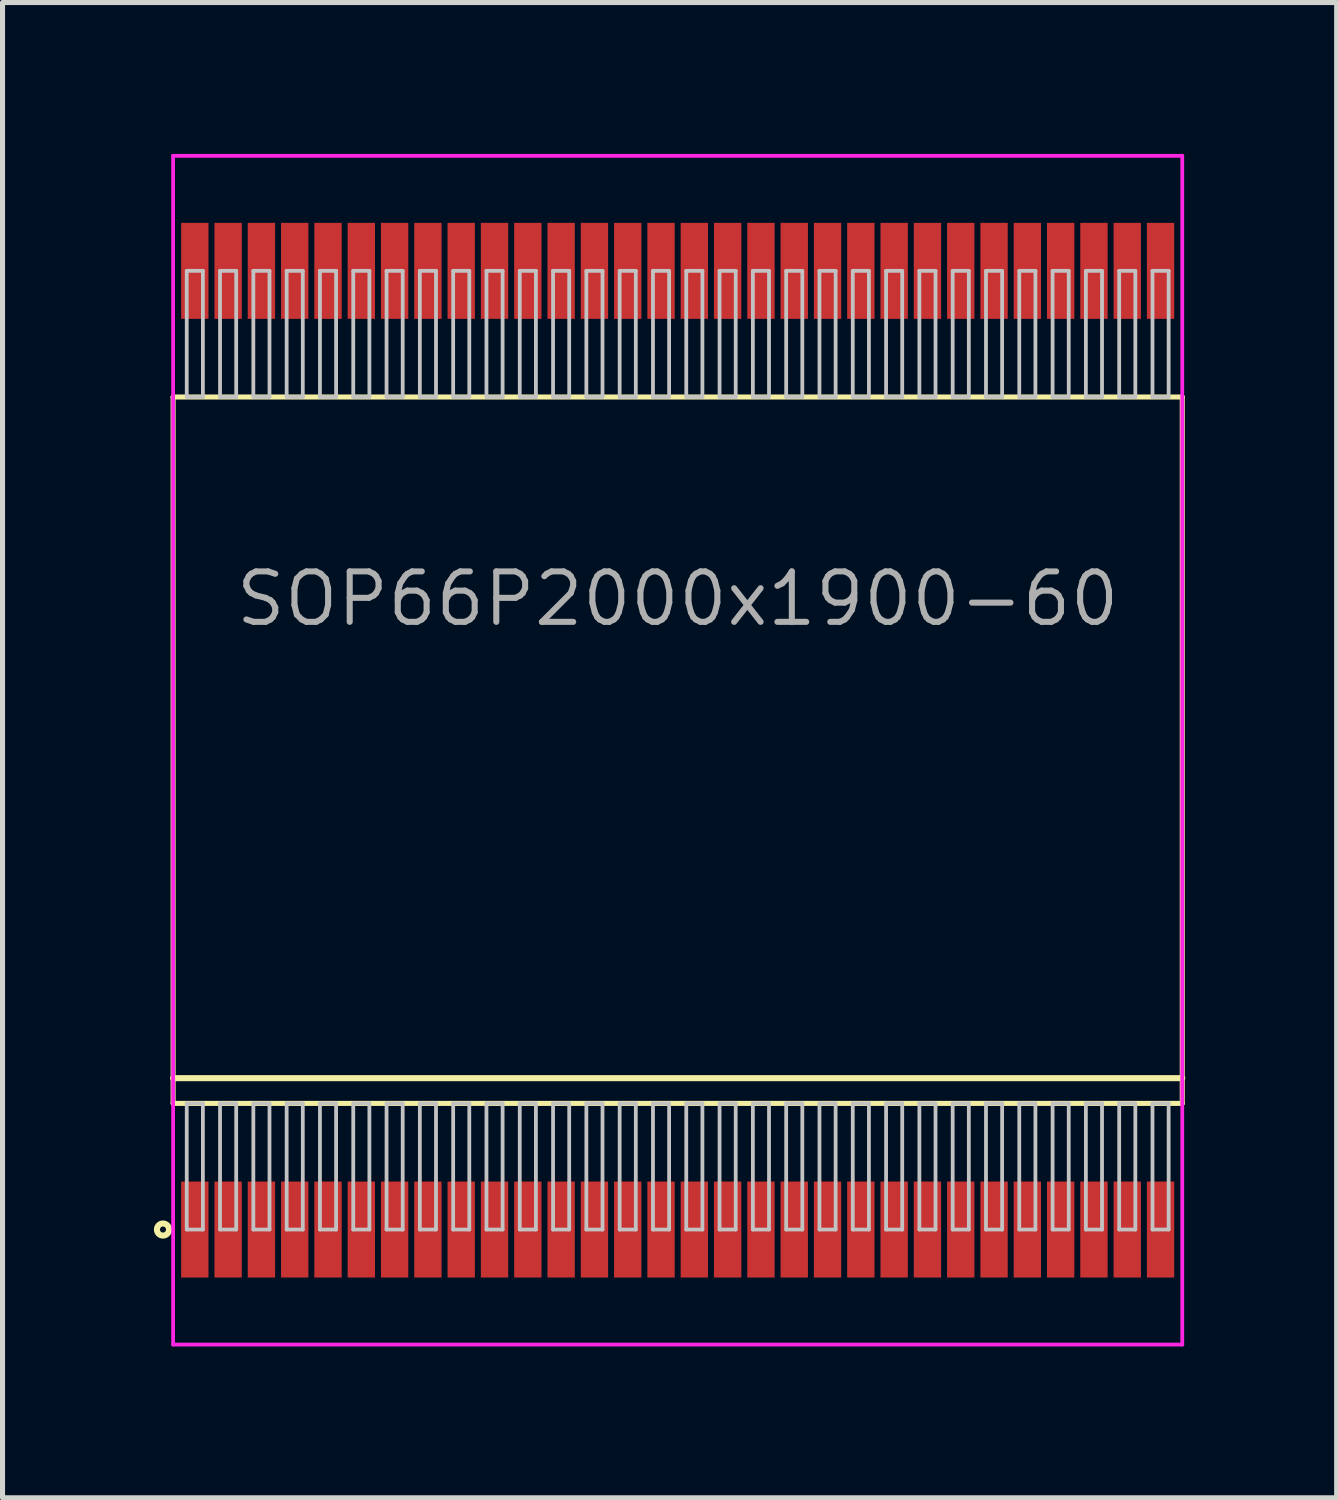
<source format=kicad_pcb>
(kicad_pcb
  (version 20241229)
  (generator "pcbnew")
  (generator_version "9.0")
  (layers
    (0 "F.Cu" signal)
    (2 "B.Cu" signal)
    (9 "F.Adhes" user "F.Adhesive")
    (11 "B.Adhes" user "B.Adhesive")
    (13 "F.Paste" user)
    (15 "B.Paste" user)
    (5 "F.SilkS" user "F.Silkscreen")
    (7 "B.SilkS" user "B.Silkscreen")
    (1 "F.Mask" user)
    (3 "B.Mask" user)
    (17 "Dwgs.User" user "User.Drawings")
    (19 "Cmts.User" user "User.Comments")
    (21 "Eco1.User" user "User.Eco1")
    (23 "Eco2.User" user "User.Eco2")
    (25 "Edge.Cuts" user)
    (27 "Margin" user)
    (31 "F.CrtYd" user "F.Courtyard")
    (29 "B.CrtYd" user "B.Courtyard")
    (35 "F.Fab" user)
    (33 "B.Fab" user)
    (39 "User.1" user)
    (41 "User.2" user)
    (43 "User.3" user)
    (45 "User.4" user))
  (footprint "SOP66P2000x1900-60"
    (layer "F.Cu")
    (at 10.381 11.818)
    (property "Reference" "SOP66P2000x1900-60" (at 0 -3 0) (layer "F.Fab") (effects (font (size 1 1) (thickness 0.12))))
    (attr through_hole)
    (fp_line (start -10 -7) (end -10 7) (stroke (width 0.1) (type solid)) (layer "F.SilkS"))
    (fp_line (start -10 6.5) (end 10 6.5) (stroke (width 0.12) (type solid)) (layer "F.SilkS"))
    (fp_line (start -10 7) (end 10 7) (stroke (width 0.1) (type solid)) (layer "F.SilkS"))
    (fp_line (start 10 -7) (end -10 -7) (stroke (width 0.1) (type solid)) (layer "F.SilkS"))
    (fp_line (start 10 7) (end 10 -7) (stroke (width 0.1) (type solid)) (layer "F.SilkS"))
    (fp_circle (center -10.201 9.5) (end -10.081 9.5) (stroke (width 0.12) (type solid)) (fill no) (layer "F.SilkS"))
    (fp_line (start -9.73 -9.5) (end -9.73 -7) (stroke (width 0.075) (type solid)) (layer "Dwgs.User"))
    (fp_line (start -9.73 -7) (end -9.41 -7) (stroke (width 0.075) (type solid)) (layer "Dwgs.User"))
    (fp_line (start -9.73 7) (end -9.41 7) (stroke (width 0.075) (type solid)) (layer "Dwgs.User"))
    (fp_line (start -9.73 9.5) (end -9.73 7) (stroke (width 0.075) (type solid)) (layer "Dwgs.User"))
    (fp_line (start -9.41 -9.5) (end -9.73 -9.5) (stroke (width 0.075) (type solid)) (layer "Dwgs.User"))
    (fp_line (start -9.41 -7) (end -9.41 -9.5) (stroke (width 0.075) (type solid)) (layer "Dwgs.User"))
    (fp_line (start -9.41 7) (end -9.41 9.5) (stroke (width 0.075) (type solid)) (layer "Dwgs.User"))
    (fp_line (start -9.41 9.5) (end -9.73 9.5) (stroke (width 0.075) (type solid)) (layer "Dwgs.User"))
    (fp_line (start -9.07 -9.5) (end -9.07 -7) (stroke (width 0.075) (type solid)) (layer "Dwgs.User"))
    (fp_line (start -9.07 -7) (end -8.75 -7) (stroke (width 0.075) (type solid)) (layer "Dwgs.User"))
    (fp_line (start -9.07 7) (end -8.75 7) (stroke (width 0.075) (type solid)) (layer "Dwgs.User"))
    (fp_line (start -9.07 9.5) (end -9.07 7) (stroke (width 0.075) (type solid)) (layer "Dwgs.User"))
    (fp_line (start -8.75 -9.5) (end -9.07 -9.5) (stroke (width 0.075) (type solid)) (layer "Dwgs.User"))
    (fp_line (start -8.75 -7) (end -8.75 -9.5) (stroke (width 0.075) (type solid)) (layer "Dwgs.User"))
    (fp_line (start -8.75 7) (end -8.75 9.5) (stroke (width 0.075) (type solid)) (layer "Dwgs.User"))
    (fp_line (start -8.75 9.5) (end -9.07 9.5) (stroke (width 0.075) (type solid)) (layer "Dwgs.User"))
    (fp_line (start -8.41 -9.5) (end -8.41 -7) (stroke (width 0.075) (type solid)) (layer "Dwgs.User"))
    (fp_line (start -8.41 -7) (end -8.09 -7) (stroke (width 0.075) (type solid)) (layer "Dwgs.User"))
    (fp_line (start -8.41 7) (end -8.09 7) (stroke (width 0.075) (type solid)) (layer "Dwgs.User"))
    (fp_line (start -8.41 9.5) (end -8.41 7) (stroke (width 0.075) (type solid)) (layer "Dwgs.User"))
    (fp_line (start -8.09 -9.5) (end -8.41 -9.5) (stroke (width 0.075) (type solid)) (layer "Dwgs.User"))
    (fp_line (start -8.09 -7) (end -8.09 -9.5) (stroke (width 0.075) (type solid)) (layer "Dwgs.User"))
    (fp_line (start -8.09 7) (end -8.09 9.5) (stroke (width 0.075) (type solid)) (layer "Dwgs.User"))
    (fp_line (start -8.09 9.5) (end -8.41 9.5) (stroke (width 0.075) (type solid)) (layer "Dwgs.User"))
    (fp_line (start -7.75 -9.5) (end -7.75 -7) (stroke (width 0.075) (type solid)) (layer "Dwgs.User"))
    (fp_line (start -7.75 -7) (end -7.43 -7) (stroke (width 0.075) (type solid)) (layer "Dwgs.User"))
    (fp_line (start -7.75 7) (end -7.43 7) (stroke (width 0.075) (type solid)) (layer "Dwgs.User"))
    (fp_line (start -7.75 9.5) (end -7.75 7) (stroke (width 0.075) (type solid)) (layer "Dwgs.User"))
    (fp_line (start -7.43 -9.5) (end -7.75 -9.5) (stroke (width 0.075) (type solid)) (layer "Dwgs.User"))
    (fp_line (start -7.43 -7) (end -7.43 -9.5) (stroke (width 0.075) (type solid)) (layer "Dwgs.User"))
    (fp_line (start -7.43 7) (end -7.43 9.5) (stroke (width 0.075) (type solid)) (layer "Dwgs.User"))
    (fp_line (start -7.43 9.5) (end -7.75 9.5) (stroke (width 0.075) (type solid)) (layer "Dwgs.User"))
    (fp_line (start -7.09 -9.5) (end -7.09 -7) (stroke (width 0.075) (type solid)) (layer "Dwgs.User"))
    (fp_line (start -7.09 -7) (end -6.77 -7) (stroke (width 0.075) (type solid)) (layer "Dwgs.User"))
    (fp_line (start -7.09 7) (end -6.77 7) (stroke (width 0.075) (type solid)) (layer "Dwgs.User"))
    (fp_line (start -7.09 9.5) (end -7.09 7) (stroke (width 0.075) (type solid)) (layer "Dwgs.User"))
    (fp_line (start -6.77 -9.5) (end -7.09 -9.5) (stroke (width 0.075) (type solid)) (layer "Dwgs.User"))
    (fp_line (start -6.77 -7) (end -6.77 -9.5) (stroke (width 0.075) (type solid)) (layer "Dwgs.User"))
    (fp_line (start -6.77 7) (end -6.77 9.5) (stroke (width 0.075) (type solid)) (layer "Dwgs.User"))
    (fp_line (start -6.77 9.5) (end -7.09 9.5) (stroke (width 0.075) (type solid)) (layer "Dwgs.User"))
    (fp_line (start -6.43 -9.5) (end -6.43 -7) (stroke (width 0.075) (type solid)) (layer "Dwgs.User"))
    (fp_line (start -6.43 -7) (end -6.11 -7) (stroke (width 0.075) (type solid)) (layer "Dwgs.User"))
    (fp_line (start -6.43 7) (end -6.11 7) (stroke (width 0.075) (type solid)) (layer "Dwgs.User"))
    (fp_line (start -6.43 9.5) (end -6.43 7) (stroke (width 0.075) (type solid)) (layer "Dwgs.User"))
    (fp_line (start -6.11 -9.5) (end -6.43 -9.5) (stroke (width 0.075) (type solid)) (layer "Dwgs.User"))
    (fp_line (start -6.11 -7) (end -6.11 -9.5) (stroke (width 0.075) (type solid)) (layer "Dwgs.User"))
    (fp_line (start -6.11 7) (end -6.11 9.5) (stroke (width 0.075) (type solid)) (layer "Dwgs.User"))
    (fp_line (start -6.11 9.5) (end -6.43 9.5) (stroke (width 0.075) (type solid)) (layer "Dwgs.User"))
    (fp_line (start -5.77 -9.5) (end -5.77 -7) (stroke (width 0.075) (type solid)) (layer "Dwgs.User"))
    (fp_line (start -5.77 -7) (end -5.45 -7) (stroke (width 0.075) (type solid)) (layer "Dwgs.User"))
    (fp_line (start -5.77 7) (end -5.45 7) (stroke (width 0.075) (type solid)) (layer "Dwgs.User"))
    (fp_line (start -5.77 9.5) (end -5.77 7) (stroke (width 0.075) (type solid)) (layer "Dwgs.User"))
    (fp_line (start -5.45 -9.5) (end -5.77 -9.5) (stroke (width 0.075) (type solid)) (layer "Dwgs.User"))
    (fp_line (start -5.45 -7) (end -5.45 -9.5) (stroke (width 0.075) (type solid)) (layer "Dwgs.User"))
    (fp_line (start -5.45 7) (end -5.45 9.5) (stroke (width 0.075) (type solid)) (layer "Dwgs.User"))
    (fp_line (start -5.45 9.5) (end -5.77 9.5) (stroke (width 0.075) (type solid)) (layer "Dwgs.User"))
    (fp_line (start -5.11 -9.5) (end -5.11 -7) (stroke (width 0.075) (type solid)) (layer "Dwgs.User"))
    (fp_line (start -5.11 -7) (end -4.79 -7) (stroke (width 0.075) (type solid)) (layer "Dwgs.User"))
    (fp_line (start -5.11 7) (end -4.79 7) (stroke (width 0.075) (type solid)) (layer "Dwgs.User"))
    (fp_line (start -5.11 9.5) (end -5.11 7) (stroke (width 0.075) (type solid)) (layer "Dwgs.User"))
    (fp_line (start -4.79 -9.5) (end -5.11 -9.5) (stroke (width 0.075) (type solid)) (layer "Dwgs.User"))
    (fp_line (start -4.79 -7) (end -4.79 -9.5) (stroke (width 0.075) (type solid)) (layer "Dwgs.User"))
    (fp_line (start -4.79 7) (end -4.79 9.5) (stroke (width 0.075) (type solid)) (layer "Dwgs.User"))
    (fp_line (start -4.79 9.5) (end -5.11 9.5) (stroke (width 0.075) (type solid)) (layer "Dwgs.User"))
    (fp_line (start -4.45 -9.5) (end -4.45 -7) (stroke (width 0.075) (type solid)) (layer "Dwgs.User"))
    (fp_line (start -4.45 -7) (end -4.13 -7) (stroke (width 0.075) (type solid)) (layer "Dwgs.User"))
    (fp_line (start -4.45 7) (end -4.13 7) (stroke (width 0.075) (type solid)) (layer "Dwgs.User"))
    (fp_line (start -4.45 9.5) (end -4.45 7) (stroke (width 0.075) (type solid)) (layer "Dwgs.User"))
    (fp_line (start -4.13 -9.5) (end -4.45 -9.5) (stroke (width 0.075) (type solid)) (layer "Dwgs.User"))
    (fp_line (start -4.13 -7) (end -4.13 -9.5) (stroke (width 0.075) (type solid)) (layer "Dwgs.User"))
    (fp_line (start -4.13 7) (end -4.13 9.5) (stroke (width 0.075) (type solid)) (layer "Dwgs.User"))
    (fp_line (start -4.13 9.5) (end -4.45 9.5) (stroke (width 0.075) (type solid)) (layer "Dwgs.User"))
    (fp_line (start -3.79 -9.5) (end -3.79 -7) (stroke (width 0.075) (type solid)) (layer "Dwgs.User"))
    (fp_line (start -3.79 -7) (end -3.47 -7) (stroke (width 0.075) (type solid)) (layer "Dwgs.User"))
    (fp_line (start -3.79 7) (end -3.47 7) (stroke (width 0.075) (type solid)) (layer "Dwgs.User"))
    (fp_line (start -3.79 9.5) (end -3.79 7) (stroke (width 0.075) (type solid)) (layer "Dwgs.User"))
    (fp_line (start -3.47 -9.5) (end -3.79 -9.5) (stroke (width 0.075) (type solid)) (layer "Dwgs.User"))
    (fp_line (start -3.47 -7) (end -3.47 -9.5) (stroke (width 0.075) (type solid)) (layer "Dwgs.User"))
    (fp_line (start -3.47 7) (end -3.47 9.5) (stroke (width 0.075) (type solid)) (layer "Dwgs.User"))
    (fp_line (start -3.47 9.5) (end -3.79 9.5) (stroke (width 0.075) (type solid)) (layer "Dwgs.User"))
    (fp_line (start -3.13 -9.5) (end -3.13 -7) (stroke (width 0.075) (type solid)) (layer "Dwgs.User"))
    (fp_line (start -3.13 -7) (end -2.81 -7) (stroke (width 0.075) (type solid)) (layer "Dwgs.User"))
    (fp_line (start -3.13 7) (end -2.81 7) (stroke (width 0.075) (type solid)) (layer "Dwgs.User"))
    (fp_line (start -3.13 9.5) (end -3.13 7) (stroke (width 0.075) (type solid)) (layer "Dwgs.User"))
    (fp_line (start -2.81 -9.5) (end -3.13 -9.5) (stroke (width 0.075) (type solid)) (layer "Dwgs.User"))
    (fp_line (start -2.81 -7) (end -2.81 -9.5) (stroke (width 0.075) (type solid)) (layer "Dwgs.User"))
    (fp_line (start -2.81 7) (end -2.81 9.5) (stroke (width 0.075) (type solid)) (layer "Dwgs.User"))
    (fp_line (start -2.81 9.5) (end -3.13 9.5) (stroke (width 0.075) (type solid)) (layer "Dwgs.User"))
    (fp_line (start -2.47 -9.5) (end -2.47 -7) (stroke (width 0.075) (type solid)) (layer "Dwgs.User"))
    (fp_line (start -2.47 -7) (end -2.15 -7) (stroke (width 0.075) (type solid)) (layer "Dwgs.User"))
    (fp_line (start -2.47 7) (end -2.15 7) (stroke (width 0.075) (type solid)) (layer "Dwgs.User"))
    (fp_line (start -2.47 9.5) (end -2.47 7) (stroke (width 0.075) (type solid)) (layer "Dwgs.User"))
    (fp_line (start -2.15 -9.5) (end -2.47 -9.5) (stroke (width 0.075) (type solid)) (layer "Dwgs.User"))
    (fp_line (start -2.15 -7) (end -2.15 -9.5) (stroke (width 0.075) (type solid)) (layer "Dwgs.User"))
    (fp_line (start -2.15 7) (end -2.15 9.5) (stroke (width 0.075) (type solid)) (layer "Dwgs.User"))
    (fp_line (start -2.15 9.5) (end -2.47 9.5) (stroke (width 0.075) (type solid)) (layer "Dwgs.User"))
    (fp_line (start -1.81 -9.5) (end -1.81 -7) (stroke (width 0.075) (type solid)) (layer "Dwgs.User"))
    (fp_line (start -1.81 -7) (end -1.49 -7) (stroke (width 0.075) (type solid)) (layer "Dwgs.User"))
    (fp_line (start -1.81 7) (end -1.49 7) (stroke (width 0.075) (type solid)) (layer "Dwgs.User"))
    (fp_line (start -1.81 9.5) (end -1.81 7) (stroke (width 0.075) (type solid)) (layer "Dwgs.User"))
    (fp_line (start -1.49 -9.5) (end -1.81 -9.5) (stroke (width 0.075) (type solid)) (layer "Dwgs.User"))
    (fp_line (start -1.49 -7) (end -1.49 -9.5) (stroke (width 0.075) (type solid)) (layer "Dwgs.User"))
    (fp_line (start -1.49 7) (end -1.49 9.5) (stroke (width 0.075) (type solid)) (layer "Dwgs.User"))
    (fp_line (start -1.49 9.5) (end -1.81 9.5) (stroke (width 0.075) (type solid)) (layer "Dwgs.User"))
    (fp_line (start -1.15 -9.5) (end -1.15 -7) (stroke (width 0.075) (type solid)) (layer "Dwgs.User"))
    (fp_line (start -1.15 -7) (end -0.83 -7) (stroke (width 0.075) (type solid)) (layer "Dwgs.User"))
    (fp_line (start -1.15 7) (end -0.83 7) (stroke (width 0.075) (type solid)) (layer "Dwgs.User"))
    (fp_line (start -1.15 9.5) (end -1.15 7) (stroke (width 0.075) (type solid)) (layer "Dwgs.User"))
    (fp_line (start -0.83 -9.5) (end -1.15 -9.5) (stroke (width 0.075) (type solid)) (layer "Dwgs.User"))
    (fp_line (start -0.83 -7) (end -0.83 -9.5) (stroke (width 0.075) (type solid)) (layer "Dwgs.User"))
    (fp_line (start -0.83 7) (end -0.83 9.5) (stroke (width 0.075) (type solid)) (layer "Dwgs.User"))
    (fp_line (start -0.83 9.5) (end -1.15 9.5) (stroke (width 0.075) (type solid)) (layer "Dwgs.User"))
    (fp_line (start -0.49 -9.5) (end -0.49 -7) (stroke (width 0.075) (type solid)) (layer "Dwgs.User"))
    (fp_line (start -0.49 -7) (end -0.17 -7) (stroke (width 0.075) (type solid)) (layer "Dwgs.User"))
    (fp_line (start -0.49 7) (end -0.17 7) (stroke (width 0.075) (type solid)) (layer "Dwgs.User"))
    (fp_line (start -0.49 9.5) (end -0.49 7) (stroke (width 0.075) (type solid)) (layer "Dwgs.User"))
    (fp_line (start -0.17 -9.5) (end -0.49 -9.5) (stroke (width 0.075) (type solid)) (layer "Dwgs.User"))
    (fp_line (start -0.17 -7) (end -0.17 -9.5) (stroke (width 0.075) (type solid)) (layer "Dwgs.User"))
    (fp_line (start -0.17 7) (end -0.17 9.5) (stroke (width 0.075) (type solid)) (layer "Dwgs.User"))
    (fp_line (start -0.17 9.5) (end -0.49 9.5) (stroke (width 0.075) (type solid)) (layer "Dwgs.User"))
    (fp_line (start 0.17 -9.5) (end 0.17 -7) (stroke (width 0.075) (type solid)) (layer "Dwgs.User"))
    (fp_line (start 0.17 -7) (end 0.49 -7) (stroke (width 0.075) (type solid)) (layer "Dwgs.User"))
    (fp_line (start 0.17 7) (end 0.49 7) (stroke (width 0.075) (type solid)) (layer "Dwgs.User"))
    (fp_line (start 0.17 9.5) (end 0.17 7) (stroke (width 0.075) (type solid)) (layer "Dwgs.User"))
    (fp_line (start 0.49 -9.5) (end 0.17 -9.5) (stroke (width 0.075) (type solid)) (layer "Dwgs.User"))
    (fp_line (start 0.49 -7) (end 0.49 -9.5) (stroke (width 0.075) (type solid)) (layer "Dwgs.User"))
    (fp_line (start 0.49 7) (end 0.49 9.5) (stroke (width 0.075) (type solid)) (layer "Dwgs.User"))
    (fp_line (start 0.49 9.5) (end 0.17 9.5) (stroke (width 0.075) (type solid)) (layer "Dwgs.User"))
    (fp_line (start 0.83 -9.5) (end 0.83 -7) (stroke (width 0.075) (type solid)) (layer "Dwgs.User"))
    (fp_line (start 0.83 -7) (end 1.15 -7) (stroke (width 0.075) (type solid)) (layer "Dwgs.User"))
    (fp_line (start 0.83 7) (end 1.15 7) (stroke (width 0.075) (type solid)) (layer "Dwgs.User"))
    (fp_line (start 0.83 9.5) (end 0.83 7) (stroke (width 0.075) (type solid)) (layer "Dwgs.User"))
    (fp_line (start 1.15 -9.5) (end 0.83 -9.5) (stroke (width 0.075) (type solid)) (layer "Dwgs.User"))
    (fp_line (start 1.15 -7) (end 1.15 -9.5) (stroke (width 0.075) (type solid)) (layer "Dwgs.User"))
    (fp_line (start 1.15 7) (end 1.15 9.5) (stroke (width 0.075) (type solid)) (layer "Dwgs.User"))
    (fp_line (start 1.15 9.5) (end 0.83 9.5) (stroke (width 0.075) (type solid)) (layer "Dwgs.User"))
    (fp_line (start 1.49 -9.5) (end 1.49 -7) (stroke (width 0.075) (type solid)) (layer "Dwgs.User"))
    (fp_line (start 1.49 -7) (end 1.81 -7) (stroke (width 0.075) (type solid)) (layer "Dwgs.User"))
    (fp_line (start 1.49 7) (end 1.81 7) (stroke (width 0.075) (type solid)) (layer "Dwgs.User"))
    (fp_line (start 1.49 9.5) (end 1.49 7) (stroke (width 0.075) (type solid)) (layer "Dwgs.User"))
    (fp_line (start 1.81 -9.5) (end 1.49 -9.5) (stroke (width 0.075) (type solid)) (layer "Dwgs.User"))
    (fp_line (start 1.81 -7) (end 1.81 -9.5) (stroke (width 0.075) (type solid)) (layer "Dwgs.User"))
    (fp_line (start 1.81 7) (end 1.81 9.5) (stroke (width 0.075) (type solid)) (layer "Dwgs.User"))
    (fp_line (start 1.81 9.5) (end 1.49 9.5) (stroke (width 0.075) (type solid)) (layer "Dwgs.User"))
    (fp_line (start 2.15 -9.5) (end 2.15 -7) (stroke (width 0.075) (type solid)) (layer "Dwgs.User"))
    (fp_line (start 2.15 -7) (end 2.47 -7) (stroke (width 0.075) (type solid)) (layer "Dwgs.User"))
    (fp_line (start 2.15 7) (end 2.47 7) (stroke (width 0.075) (type solid)) (layer "Dwgs.User"))
    (fp_line (start 2.15 9.5) (end 2.15 7) (stroke (width 0.075) (type solid)) (layer "Dwgs.User"))
    (fp_line (start 2.47 -9.5) (end 2.15 -9.5) (stroke (width 0.075) (type solid)) (layer "Dwgs.User"))
    (fp_line (start 2.47 -7) (end 2.47 -9.5) (stroke (width 0.075) (type solid)) (layer "Dwgs.User"))
    (fp_line (start 2.47 7) (end 2.47 9.5) (stroke (width 0.075) (type solid)) (layer "Dwgs.User"))
    (fp_line (start 2.47 9.5) (end 2.15 9.5) (stroke (width 0.075) (type solid)) (layer "Dwgs.User"))
    (fp_line (start 2.81 -9.5) (end 2.81 -7) (stroke (width 0.075) (type solid)) (layer "Dwgs.User"))
    (fp_line (start 2.81 -7) (end 3.13 -7) (stroke (width 0.075) (type solid)) (layer "Dwgs.User"))
    (fp_line (start 2.81 7) (end 3.13 7) (stroke (width 0.075) (type solid)) (layer "Dwgs.User"))
    (fp_line (start 2.81 9.5) (end 2.81 7) (stroke (width 0.075) (type solid)) (layer "Dwgs.User"))
    (fp_line (start 3.13 -9.5) (end 2.81 -9.5) (stroke (width 0.075) (type solid)) (layer "Dwgs.User"))
    (fp_line (start 3.13 -7) (end 3.13 -9.5) (stroke (width 0.075) (type solid)) (layer "Dwgs.User"))
    (fp_line (start 3.13 7) (end 3.13 9.5) (stroke (width 0.075) (type solid)) (layer "Dwgs.User"))
    (fp_line (start 3.13 9.5) (end 2.81 9.5) (stroke (width 0.075) (type solid)) (layer "Dwgs.User"))
    (fp_line (start 3.47 -9.5) (end 3.47 -7) (stroke (width 0.075) (type solid)) (layer "Dwgs.User"))
    (fp_line (start 3.47 -7) (end 3.79 -7) (stroke (width 0.075) (type solid)) (layer "Dwgs.User"))
    (fp_line (start 3.47 7) (end 3.79 7) (stroke (width 0.075) (type solid)) (layer "Dwgs.User"))
    (fp_line (start 3.47 9.5) (end 3.47 7) (stroke (width 0.075) (type solid)) (layer "Dwgs.User"))
    (fp_line (start 3.79 -9.5) (end 3.47 -9.5) (stroke (width 0.075) (type solid)) (layer "Dwgs.User"))
    (fp_line (start 3.79 -7) (end 3.79 -9.5) (stroke (width 0.075) (type solid)) (layer "Dwgs.User"))
    (fp_line (start 3.79 7) (end 3.79 9.5) (stroke (width 0.075) (type solid)) (layer "Dwgs.User"))
    (fp_line (start 3.79 9.5) (end 3.47 9.5) (stroke (width 0.075) (type solid)) (layer "Dwgs.User"))
    (fp_line (start 4.13 -9.5) (end 4.13 -7) (stroke (width 0.075) (type solid)) (layer "Dwgs.User"))
    (fp_line (start 4.13 -7) (end 4.45 -7) (stroke (width 0.075) (type solid)) (layer "Dwgs.User"))
    (fp_line (start 4.13 7) (end 4.45 7) (stroke (width 0.075) (type solid)) (layer "Dwgs.User"))
    (fp_line (start 4.13 9.5) (end 4.13 7) (stroke (width 0.075) (type solid)) (layer "Dwgs.User"))
    (fp_line (start 4.45 -9.5) (end 4.13 -9.5) (stroke (width 0.075) (type solid)) (layer "Dwgs.User"))
    (fp_line (start 4.45 -7) (end 4.45 -9.5) (stroke (width 0.075) (type solid)) (layer "Dwgs.User"))
    (fp_line (start 4.45 7) (end 4.45 9.5) (stroke (width 0.075) (type solid)) (layer "Dwgs.User"))
    (fp_line (start 4.45 9.5) (end 4.13 9.5) (stroke (width 0.075) (type solid)) (layer "Dwgs.User"))
    (fp_line (start 4.79 -9.5) (end 4.79 -7) (stroke (width 0.075) (type solid)) (layer "Dwgs.User"))
    (fp_line (start 4.79 -7) (end 5.11 -7) (stroke (width 0.075) (type solid)) (layer "Dwgs.User"))
    (fp_line (start 4.79 7) (end 5.11 7) (stroke (width 0.075) (type solid)) (layer "Dwgs.User"))
    (fp_line (start 4.79 9.5) (end 4.79 7) (stroke (width 0.075) (type solid)) (layer "Dwgs.User"))
    (fp_line (start 5.11 -9.5) (end 4.79 -9.5) (stroke (width 0.075) (type solid)) (layer "Dwgs.User"))
    (fp_line (start 5.11 -7) (end 5.11 -9.5) (stroke (width 0.075) (type solid)) (layer "Dwgs.User"))
    (fp_line (start 5.11 7) (end 5.11 9.5) (stroke (width 0.075) (type solid)) (layer "Dwgs.User"))
    (fp_line (start 5.11 9.5) (end 4.79 9.5) (stroke (width 0.075) (type solid)) (layer "Dwgs.User"))
    (fp_line (start 5.45 -9.5) (end 5.45 -7) (stroke (width 0.075) (type solid)) (layer "Dwgs.User"))
    (fp_line (start 5.45 -7) (end 5.77 -7) (stroke (width 0.075) (type solid)) (layer "Dwgs.User"))
    (fp_line (start 5.45 7) (end 5.77 7) (stroke (width 0.075) (type solid)) (layer "Dwgs.User"))
    (fp_line (start 5.45 9.5) (end 5.45 7) (stroke (width 0.075) (type solid)) (layer "Dwgs.User"))
    (fp_line (start 5.77 -9.5) (end 5.45 -9.5) (stroke (width 0.075) (type solid)) (layer "Dwgs.User"))
    (fp_line (start 5.77 -7) (end 5.77 -9.5) (stroke (width 0.075) (type solid)) (layer "Dwgs.User"))
    (fp_line (start 5.77 7) (end 5.77 9.5) (stroke (width 0.075) (type solid)) (layer "Dwgs.User"))
    (fp_line (start 5.77 9.5) (end 5.45 9.5) (stroke (width 0.075) (type solid)) (layer "Dwgs.User"))
    (fp_line (start 6.11 -9.5) (end 6.11 -7) (stroke (width 0.075) (type solid)) (layer "Dwgs.User"))
    (fp_line (start 6.11 -7) (end 6.43 -7) (stroke (width 0.075) (type solid)) (layer "Dwgs.User"))
    (fp_line (start 6.11 7) (end 6.43 7) (stroke (width 0.075) (type solid)) (layer "Dwgs.User"))
    (fp_line (start 6.11 9.5) (end 6.11 7) (stroke (width 0.075) (type solid)) (layer "Dwgs.User"))
    (fp_line (start 6.43 -9.5) (end 6.11 -9.5) (stroke (width 0.075) (type solid)) (layer "Dwgs.User"))
    (fp_line (start 6.43 -7) (end 6.43 -9.5) (stroke (width 0.075) (type solid)) (layer "Dwgs.User"))
    (fp_line (start 6.43 7) (end 6.43 9.5) (stroke (width 0.075) (type solid)) (layer "Dwgs.User"))
    (fp_line (start 6.43 9.5) (end 6.11 9.5) (stroke (width 0.075) (type solid)) (layer "Dwgs.User"))
    (fp_line (start 6.77 -9.5) (end 6.77 -7) (stroke (width 0.075) (type solid)) (layer "Dwgs.User"))
    (fp_line (start 6.77 -7) (end 7.09 -7) (stroke (width 0.075) (type solid)) (layer "Dwgs.User"))
    (fp_line (start 6.77 7) (end 7.09 7) (stroke (width 0.075) (type solid)) (layer "Dwgs.User"))
    (fp_line (start 6.77 9.5) (end 6.77 7) (stroke (width 0.075) (type solid)) (layer "Dwgs.User"))
    (fp_line (start 7.09 -9.5) (end 6.77 -9.5) (stroke (width 0.075) (type solid)) (layer "Dwgs.User"))
    (fp_line (start 7.09 -7) (end 7.09 -9.5) (stroke (width 0.075) (type solid)) (layer "Dwgs.User"))
    (fp_line (start 7.09 7) (end 7.09 9.5) (stroke (width 0.075) (type solid)) (layer "Dwgs.User"))
    (fp_line (start 7.09 9.5) (end 6.77 9.5) (stroke (width 0.075) (type solid)) (layer "Dwgs.User"))
    (fp_line (start 7.43 -9.5) (end 7.43 -7) (stroke (width 0.075) (type solid)) (layer "Dwgs.User"))
    (fp_line (start 7.43 -7) (end 7.75 -7) (stroke (width 0.075) (type solid)) (layer "Dwgs.User"))
    (fp_line (start 7.43 7) (end 7.75 7) (stroke (width 0.075) (type solid)) (layer "Dwgs.User"))
    (fp_line (start 7.43 9.5) (end 7.43 7) (stroke (width 0.075) (type solid)) (layer "Dwgs.User"))
    (fp_line (start 7.75 -9.5) (end 7.43 -9.5) (stroke (width 0.075) (type solid)) (layer "Dwgs.User"))
    (fp_line (start 7.75 -7) (end 7.75 -9.5) (stroke (width 0.075) (type solid)) (layer "Dwgs.User"))
    (fp_line (start 7.75 7) (end 7.75 9.5) (stroke (width 0.075) (type solid)) (layer "Dwgs.User"))
    (fp_line (start 7.75 9.5) (end 7.43 9.5) (stroke (width 0.075) (type solid)) (layer "Dwgs.User"))
    (fp_line (start 8.09 -9.5) (end 8.09 -7) (stroke (width 0.075) (type solid)) (layer "Dwgs.User"))
    (fp_line (start 8.09 -7) (end 8.41 -7) (stroke (width 0.075) (type solid)) (layer "Dwgs.User"))
    (fp_line (start 8.09 7) (end 8.41 7) (stroke (width 0.075) (type solid)) (layer "Dwgs.User"))
    (fp_line (start 8.09 9.5) (end 8.09 7) (stroke (width 0.075) (type solid)) (layer "Dwgs.User"))
    (fp_line (start 8.41 -9.5) (end 8.09 -9.5) (stroke (width 0.075) (type solid)) (layer "Dwgs.User"))
    (fp_line (start 8.41 -7) (end 8.41 -9.5) (stroke (width 0.075) (type solid)) (layer "Dwgs.User"))
    (fp_line (start 8.41 7) (end 8.41 9.5) (stroke (width 0.075) (type solid)) (layer "Dwgs.User"))
    (fp_line (start 8.41 9.5) (end 8.09 9.5) (stroke (width 0.075) (type solid)) (layer "Dwgs.User"))
    (fp_line (start 8.75 -9.5) (end 8.75 -7) (stroke (width 0.075) (type solid)) (layer "Dwgs.User"))
    (fp_line (start 8.75 -7) (end 9.07 -7) (stroke (width 0.075) (type solid)) (layer "Dwgs.User"))
    (fp_line (start 8.75 7) (end 9.07 7) (stroke (width 0.075) (type solid)) (layer "Dwgs.User"))
    (fp_line (start 8.75 9.5) (end 8.75 7) (stroke (width 0.075) (type solid)) (layer "Dwgs.User"))
    (fp_line (start 9.07 -9.5) (end 8.75 -9.5) (stroke (width 0.075) (type solid)) (layer "Dwgs.User"))
    (fp_line (start 9.07 -7) (end 9.07 -9.5) (stroke (width 0.075) (type solid)) (layer "Dwgs.User"))
    (fp_line (start 9.07 7) (end 9.07 9.5) (stroke (width 0.075) (type solid)) (layer "Dwgs.User"))
    (fp_line (start 9.07 9.5) (end 8.75 9.5) (stroke (width 0.075) (type solid)) (layer "Dwgs.User"))
    (fp_line (start 9.41 -9.5) (end 9.41 -7) (stroke (width 0.075) (type solid)) (layer "Dwgs.User"))
    (fp_line (start 9.41 -7) (end 9.73 -7) (stroke (width 0.075) (type solid)) (layer "Dwgs.User"))
    (fp_line (start 9.41 7) (end 9.73 7) (stroke (width 0.075) (type solid)) (layer "Dwgs.User"))
    (fp_line (start 9.41 9.5) (end 9.41 7) (stroke (width 0.075) (type solid)) (layer "Dwgs.User"))
    (fp_line (start 9.73 -9.5) (end 9.41 -9.5) (stroke (width 0.075) (type solid)) (layer "Dwgs.User"))
    (fp_line (start 9.73 -7) (end 9.73 -9.5) (stroke (width 0.075) (type solid)) (layer "Dwgs.User"))
    (fp_line (start 9.73 7) (end 9.73 9.5) (stroke (width 0.075) (type solid)) (layer "Dwgs.User"))
    (fp_line (start 9.73 9.5) (end 9.41 9.5) (stroke (width 0.075) (type solid)) (layer "Dwgs.User"))
    (fp_line (start -0.75 0) (end 0.75 0) (stroke (width 0.12) (type solid)) (layer "Eco1.User"))
    (fp_line (start 0 -0.75) (end 0 0.75) (stroke (width 0.12) (type solid)) (layer "Eco1.User"))
    (fp_circle (center 0 0) (end 0.5 0) (stroke (width 0.12) (type solid)) (fill no) (layer "Eco1.User"))
    (fp_line (start -10 -11.78) (end -10 11.78) (stroke (width 0.075) (type solid)) (layer "F.CrtYd"))
    (fp_line (start -10 11.78) (end 10 11.78) (stroke (width 0.075) (type solid)) (layer "F.CrtYd"))
    (fp_line (start 10 -11.78) (end -10 -11.78) (stroke (width 0.075) (type solid)) (layer "F.CrtYd"))
    (fp_line (start 10 11.78) (end 10 -11.78) (stroke (width 0.075) (type solid)) (layer "F.CrtYd"))
    (pad "1" smd rect (at -9.57 9.5) (size 0.542 1.902) (layers "F.Cu" "F.Mask" "F.Paste"))
    (pad "2" smd rect (at -8.91 9.5) (size 0.542 1.902) (layers "F.Cu" "F.Mask" "F.Paste"))
    (pad "3" smd rect (at -8.25 9.5) (size 0.542 1.902) (layers "F.Cu" "F.Mask" "F.Paste"))
    (pad "4" smd rect (at -7.59 9.5) (size 0.542 1.902) (layers "F.Cu" "F.Mask" "F.Paste"))
    (pad "5" smd rect (at -6.93 9.5) (size 0.542 1.902) (layers "F.Cu" "F.Mask" "F.Paste"))
    (pad "6" smd rect (at -6.27 9.5) (size 0.542 1.902) (layers "F.Cu" "F.Mask" "F.Paste"))
    (pad "7" smd rect (at -5.61 9.5) (size 0.542 1.902) (layers "F.Cu" "F.Mask" "F.Paste"))
    (pad "8" smd rect (at -4.95 9.5) (size 0.542 1.902) (layers "F.Cu" "F.Mask" "F.Paste"))
    (pad "9" smd rect (at -4.29 9.5) (size 0.542 1.902) (layers "F.Cu" "F.Mask" "F.Paste"))
    (pad "10" smd rect (at -3.63 9.5) (size 0.542 1.902) (layers "F.Cu" "F.Mask" "F.Paste"))
    (pad "11" smd rect (at -2.97 9.5) (size 0.542 1.902) (layers "F.Cu" "F.Mask" "F.Paste"))
    (pad "12" smd rect (at -2.31 9.5) (size 0.542 1.902) (layers "F.Cu" "F.Mask" "F.Paste"))
    (pad "13" smd rect (at -1.65 9.5) (size 0.542 1.902) (layers "F.Cu" "F.Mask" "F.Paste"))
    (pad "14" smd rect (at -0.99 9.5) (size 0.542 1.902) (layers "F.Cu" "F.Mask" "F.Paste"))
    (pad "15" smd rect (at -0.33 9.5) (size 0.542 1.902) (layers "F.Cu" "F.Mask" "F.Paste"))
    (pad "16" smd rect (at 0.33 9.5) (size 0.542 1.902) (layers "F.Cu" "F.Mask" "F.Paste"))
    (pad "17" smd rect (at 0.99 9.5) (size 0.542 1.902) (layers "F.Cu" "F.Mask" "F.Paste"))
    (pad "18" smd rect (at 1.65 9.5) (size 0.542 1.902) (layers "F.Cu" "F.Mask" "F.Paste"))
    (pad "19" smd rect (at 2.31 9.5) (size 0.542 1.902) (layers "F.Cu" "F.Mask" "F.Paste"))
    (pad "20" smd rect (at 2.97 9.5) (size 0.542 1.902) (layers "F.Cu" "F.Mask" "F.Paste"))
    (pad "21" smd rect (at 3.63 9.5) (size 0.542 1.902) (layers "F.Cu" "F.Mask" "F.Paste"))
    (pad "22" smd rect (at 4.29 9.5) (size 0.542 1.902) (layers "F.Cu" "F.Mask" "F.Paste"))
    (pad "23" smd rect (at 4.95 9.5) (size 0.542 1.902) (layers "F.Cu" "F.Mask" "F.Paste"))
    (pad "24" smd rect (at 5.61 9.5) (size 0.542 1.902) (layers "F.Cu" "F.Mask" "F.Paste"))
    (pad "25" smd rect (at 6.27 9.5) (size 0.542 1.902) (layers "F.Cu" "F.Mask" "F.Paste"))
    (pad "26" smd rect (at 6.93 9.5) (size 0.542 1.902) (layers "F.Cu" "F.Mask" "F.Paste"))
    (pad "27" smd rect (at 7.59 9.5) (size 0.542 1.902) (layers "F.Cu" "F.Mask" "F.Paste"))
    (pad "28" smd rect (at 8.25 9.5) (size 0.542 1.902) (layers "F.Cu" "F.Mask" "F.Paste"))
    (pad "29" smd rect (at 8.91 9.5) (size 0.542 1.902) (layers "F.Cu" "F.Mask" "F.Paste"))
    (pad "30" smd rect (at 9.57 9.5) (size 0.542 1.902) (layers "F.Cu" "F.Mask" "F.Paste"))
    (pad "31" smd rect (at 9.57 -9.5) (size 0.542 1.902) (layers "F.Cu" "F.Mask" "F.Paste"))
    (pad "32" smd rect (at 8.91 -9.5) (size 0.542 1.902) (layers "F.Cu" "F.Mask" "F.Paste"))
    (pad "33" smd rect (at 8.25 -9.5) (size 0.542 1.902) (layers "F.Cu" "F.Mask" "F.Paste"))
    (pad "34" smd rect (at 7.59 -9.5) (size 0.542 1.902) (layers "F.Cu" "F.Mask" "F.Paste"))
    (pad "35" smd rect (at 6.93 -9.5) (size 0.542 1.902) (layers "F.Cu" "F.Mask" "F.Paste"))
    (pad "36" smd rect (at 6.27 -9.5) (size 0.542 1.902) (layers "F.Cu" "F.Mask" "F.Paste"))
    (pad "37" smd rect (at 5.61 -9.5) (size 0.542 1.902) (layers "F.Cu" "F.Mask" "F.Paste"))
    (pad "38" smd rect (at 4.95 -9.5) (size 0.542 1.902) (layers "F.Cu" "F.Mask" "F.Paste"))
    (pad "39" smd rect (at 4.29 -9.5) (size 0.542 1.902) (layers "F.Cu" "F.Mask" "F.Paste"))
    (pad "40" smd rect (at 3.63 -9.5) (size 0.542 1.902) (layers "F.Cu" "F.Mask" "F.Paste"))
    (pad "41" smd rect (at 2.97 -9.5) (size 0.542 1.902) (layers "F.Cu" "F.Mask" "F.Paste"))
    (pad "42" smd rect (at 2.31 -9.5) (size 0.542 1.902) (layers "F.Cu" "F.Mask" "F.Paste"))
    (pad "43" smd rect (at 1.65 -9.5) (size 0.542 1.902) (layers "F.Cu" "F.Mask" "F.Paste"))
    (pad "44" smd rect (at 0.99 -9.5) (size 0.542 1.902) (layers "F.Cu" "F.Mask" "F.Paste"))
    (pad "45" smd rect (at 0.33 -9.5) (size 0.542 1.902) (layers "F.Cu" "F.Mask" "F.Paste"))
    (pad "46" smd rect (at -0.33 -9.5) (size 0.542 1.902) (layers "F.Cu" "F.Mask" "F.Paste"))
    (pad "47" smd rect (at -0.99 -9.5) (size 0.542 1.902) (layers "F.Cu" "F.Mask" "F.Paste"))
    (pad "48" smd rect (at -1.65 -9.5) (size 0.542 1.902) (layers "F.Cu" "F.Mask" "F.Paste"))
    (pad "49" smd rect (at -2.31 -9.5) (size 0.542 1.902) (layers "F.Cu" "F.Mask" "F.Paste"))
    (pad "50" smd rect (at -2.97 -9.5) (size 0.542 1.902) (layers "F.Cu" "F.Mask" "F.Paste"))
    (pad "51" smd rect (at -3.63 -9.5) (size 0.542 1.902) (layers "F.Cu" "F.Mask" "F.Paste"))
    (pad "52" smd rect (at -4.29 -9.5) (size 0.542 1.902) (layers "F.Cu" "F.Mask" "F.Paste"))
    (pad "53" smd rect (at -4.95 -9.5) (size 0.542 1.902) (layers "F.Cu" "F.Mask" "F.Paste"))
    (pad "54" smd rect (at -5.61 -9.5) (size 0.542 1.902) (layers "F.Cu" "F.Mask" "F.Paste"))
    (pad "55" smd rect (at -6.27 -9.5) (size 0.542 1.902) (layers "F.Cu" "F.Mask" "F.Paste"))
    (pad "56" smd rect (at -6.93 -9.5) (size 0.542 1.902) (layers "F.Cu" "F.Mask" "F.Paste"))
    (pad "57" smd rect (at -7.59 -9.5) (size 0.542 1.902) (layers "F.Cu" "F.Mask" "F.Paste"))
    (pad "58" smd rect (at -8.25 -9.5) (size 0.542 1.902) (layers "F.Cu" "F.Mask" "F.Paste"))
    (pad "59" smd rect (at -8.91 -9.5) (size 0.542 1.902) (layers "F.Cu" "F.Mask" "F.Paste"))
    (pad "60" smd rect (at -9.57 -9.5) (size 0.542 1.902) (layers "F.Cu" "F.Mask" "F.Paste")))
  (gr_rect
    (start -3 -3)
    (end 23.441 26.635)
    (stroke (width 0.1) (type default))
    (fill no)
    (layer "Edge.Cuts")))
</source>
